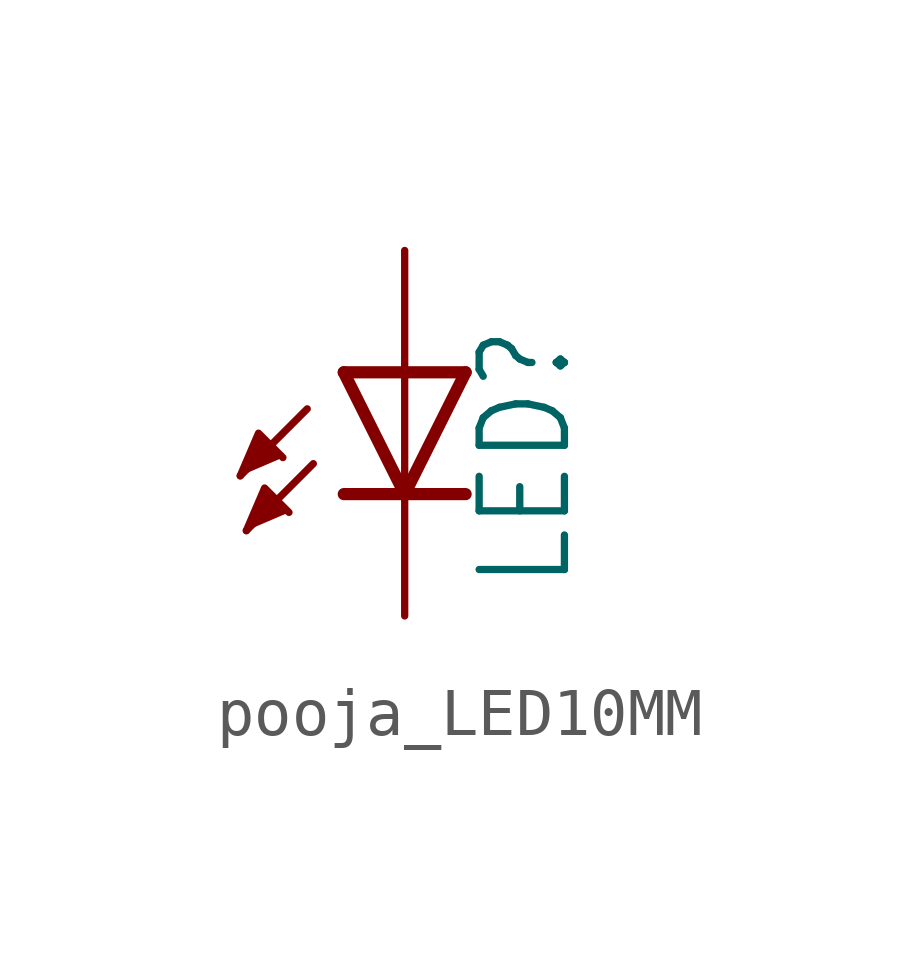
<source format=kicad_sym>
(kicad_symbol_lib
  (version 20220914)
  (generator kicad_symbol_editor)
  (symbol "pooja_LED10MM"
    (property "Reference" "LED"
      (at 3.556 -4.572 90)
      (effects (font (size 1.778 1.511)) (justify left bottom)))
    (property "Value" ""
      (at 5.715 -4.572 90)
      (effects (font (size 1.778 1.511)) (justify left bottom)))
    (property "ki_locked" ""
      (at 0 0 0)
      (effects (font (size 1.27 1.27))))
    (symbol "pooja_LED10MM_1_0"
      (polyline (pts (xy -2.032 -0.762) (xy -3.429 -2.159)) (stroke (width 0.152) (type solid)) (fill (type none)))
      (polyline (pts (xy -1.905 -1.905) (xy -3.302 -3.302)) (stroke (width 0.152) (type solid)) (fill (type none)))
      (polyline (pts (xy 0 -2.54) (xy -1.27 -2.54)) (stroke (width 0.254) (type solid)) (fill (type none)))
      (polyline (pts (xy 0 -2.54) (xy -1.27 0)) (stroke (width 0.254) (type solid)) (fill (type none)))
      (polyline (pts (xy 0 0) (xy -1.27 0)) (stroke (width 0.254) (type solid)) (fill (type none)))
      (polyline (pts (xy 0 0) (xy 0 -2.54)) (stroke (width 0.152) (type solid)) (fill (type none)))
      (polyline (pts (xy 1.27 -2.54) (xy 0 -2.54)) (stroke (width 0.254) (type solid)) (fill (type none)))
      (polyline (pts (xy 1.27 0) (xy 0 -2.54)) (stroke (width 0.254) (type solid)) (fill (type none)))
      (polyline (pts (xy 1.27 0) (xy 0 0)) (stroke (width 0.254) (type solid)) (fill (type none)))
      (polyline (pts (xy -3.429 -2.159) (xy -3.048 -1.27) (xy -2.54 -1.778)) (stroke (width 0.152) (type solid)) (fill (type outline)))
      (polyline (pts (xy -3.302 -3.302) (xy -2.921 -2.413) (xy -2.413 -2.921)) (stroke (width 0.152) (type solid)) (fill (type outline)))
      (pin passive line (at 0 2.54 270) (length 2.54) (name "A" (effects (font (size 0 0)))) (number "A" (effects (font (size 0 0)))))
      (pin passive line (at 0 -5.08 90) (length 2.54) (name "C" (effects (font (size 0 0)))) (number "K" (effects (font (size 0 0))))))))
</source>
